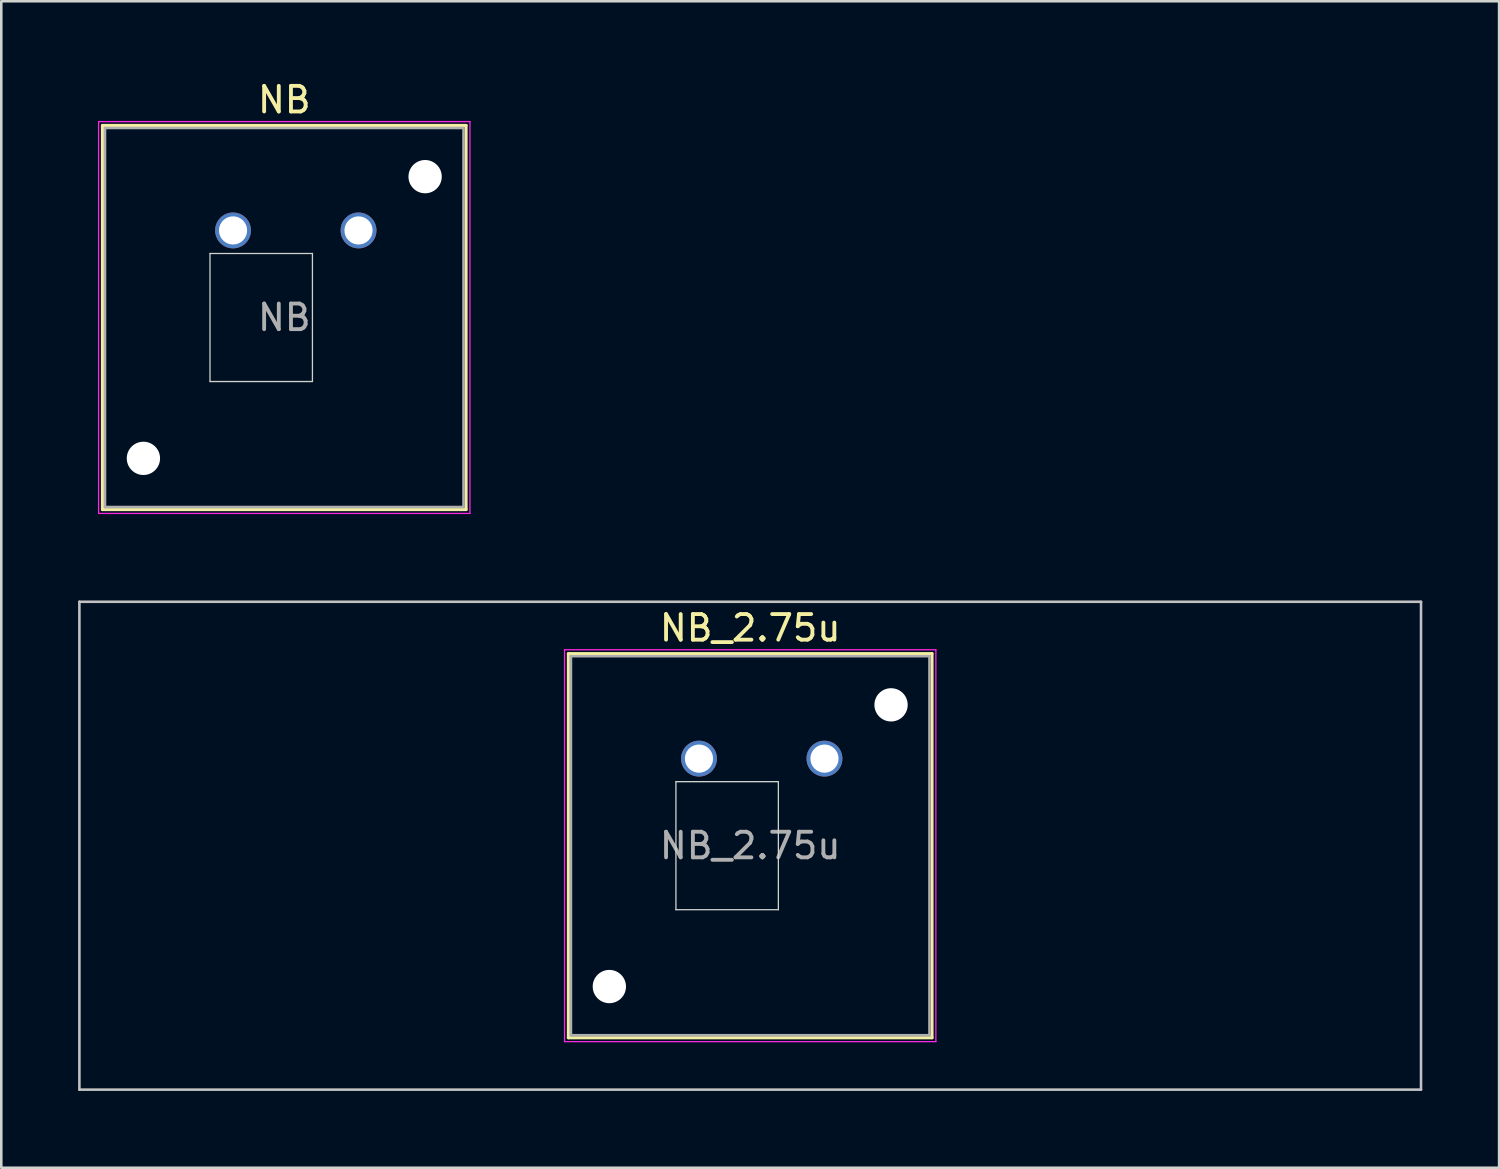
<source format=kicad_pcb>
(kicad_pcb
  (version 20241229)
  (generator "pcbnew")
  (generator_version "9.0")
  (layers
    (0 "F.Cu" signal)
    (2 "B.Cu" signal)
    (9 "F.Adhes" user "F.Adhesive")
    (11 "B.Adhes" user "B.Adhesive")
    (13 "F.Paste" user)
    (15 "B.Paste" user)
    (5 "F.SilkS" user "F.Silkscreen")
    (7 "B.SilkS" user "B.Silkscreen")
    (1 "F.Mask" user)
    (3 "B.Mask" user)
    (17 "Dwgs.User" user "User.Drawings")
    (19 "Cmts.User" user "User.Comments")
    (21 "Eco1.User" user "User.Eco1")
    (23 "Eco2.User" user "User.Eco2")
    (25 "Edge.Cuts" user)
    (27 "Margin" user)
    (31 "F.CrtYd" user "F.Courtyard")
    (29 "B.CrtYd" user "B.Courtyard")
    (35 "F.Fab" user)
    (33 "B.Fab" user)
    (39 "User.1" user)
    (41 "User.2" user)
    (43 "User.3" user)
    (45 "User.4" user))
  (footprint "NB"
    (layer "F.Cu")
    (at 8.05 9.348)
    (property "Reference" "NB" (at 0 -8.5 0) (layer "F.SilkS") (effects (font (size 1 1) (thickness 0.15))))
    (attr through_hole)
    (fp_line (start -7.1 -7.5) (end -7.1 7.5) (stroke (width 0.12) (type solid)) (layer "F.SilkS"))
    (fp_line (start -7.1 7.5) (end 7.1 7.5) (stroke (width 0.12) (type solid)) (layer "F.SilkS"))
    (fp_line (start 7.1 -7.5) (end -7.1 -7.5) (stroke (width 0.12) (type solid)) (layer "F.SilkS"))
    (fp_line (start 7.1 7.5) (end 7.1 -7.5) (stroke (width 0.12) (type solid)) (layer "F.SilkS"))
    (fp_line (start -8 -8) (end -8 8) (stroke (width 0.1) (type solid)) (layer "Eco1.User"))
    (fp_line (start -8 8) (end 8 8) (stroke (width 0.1) (type solid)) (layer "Eco1.User"))
    (fp_line (start 8 -8) (end -8 -8) (stroke (width 0.1) (type solid)) (layer "Eco1.User"))
    (fp_line (start 8 8) (end 8 -8) (stroke (width 0.1) (type solid)) (layer "Eco1.User"))
    (fp_line (start -2.9 -2.5) (end 1.1 -2.5) (stroke (width 0.05) (type solid)) (layer "Edge.Cuts"))
    (fp_line (start -2.9 2.5) (end -2.9 -2.5) (stroke (width 0.05) (type solid)) (layer "Edge.Cuts"))
    (fp_line (start 1.1 -2.5) (end 1.1 2.5) (stroke (width 0.05) (type solid)) (layer "Edge.Cuts"))
    (fp_line (start 1.1 2.5) (end -2.9 2.5) (stroke (width 0.05) (type solid)) (layer "Edge.Cuts"))
    (fp_line (start -7.25 -7.65) (end -7.25 7.65) (stroke (width 0.05) (type solid)) (layer "F.CrtYd"))
    (fp_line (start -7.25 7.65) (end 7.25 7.65) (stroke (width 0.05) (type solid)) (layer "F.CrtYd"))
    (fp_line (start 7.25 -7.65) (end -7.25 -7.65) (stroke (width 0.05) (type solid)) (layer "F.CrtYd"))
    (fp_line (start 7.25 7.65) (end 7.25 -7.65) (stroke (width 0.05) (type solid)) (layer "F.CrtYd"))
    (fp_line (start -7 -7.4) (end -7 7.4) (stroke (width 0.1) (type solid)) (layer "F.Fab"))
    (fp_line (start -7 7.4) (end 7 7.4) (stroke (width 0.1) (type solid)) (layer "F.Fab"))
    (fp_line (start 7 -7.4) (end -7 -7.4) (stroke (width 0.1) (type solid)) (layer "F.Fab"))
    (fp_line (start 7 7.4) (end 7 -7.4) (stroke (width 0.1) (type solid)) (layer "F.Fab"))
    (fp_text user "${REFERENCE}" (at 0 0 0) (layer "F.Fab") (effects (font (size 1 1) (thickness 0.15))))
    (pad "" np_thru_hole circle (at -5.5 5.5) (size 1.3 1.3) (drill 1.3) (layers "*.Cu" "*.Mask"))
    (pad "" np_thru_hole circle (at 5.5 -5.5) (size 1.3 1.3) (drill 1.3) (layers "*.Cu" "*.Mask"))
    (pad "1" thru_hole circle (at -2 -3.4) (size 1.4 1.4) (drill 1.1) (layers "*.Cu" "*.Mask"))
    (pad "2" thru_hole circle (at 2.9 -3.4) (size 1.4 1.4) (drill 1.1) (layers "*.Cu" "*.Mask")))
  (footprint "NB_2.75u"
    (layer "F.Cu")
    (at 26.244 29.973)
    (property "Reference" "NB_2.75u" (at 0 -8.5 0) (layer "F.SilkS") (effects (font (size 1 1) (thickness 0.15))))
    (attr through_hole)
    (fp_line (start -7.1 -7.5) (end -7.1 7.5) (stroke (width 0.12) (type solid)) (layer "F.SilkS"))
    (fp_line (start -7.1 7.5) (end 7.1 7.5) (stroke (width 0.12) (type solid)) (layer "F.SilkS"))
    (fp_line (start 7.1 -7.5) (end -7.1 -7.5) (stroke (width 0.12) (type solid)) (layer "F.SilkS"))
    (fp_line (start 7.1 7.5) (end 7.1 -7.5) (stroke (width 0.12) (type solid)) (layer "F.SilkS"))
    (fp_line (start -26.194 -9.525) (end -26.194 9.525) (stroke (width 0.1) (type solid)) (layer "Dwgs.User"))
    (fp_line (start -26.194 9.525) (end 26.194 9.525) (stroke (width 0.1) (type solid)) (layer "Dwgs.User"))
    (fp_line (start 26.194 -9.525) (end -26.194 -9.525) (stroke (width 0.1) (type solid)) (layer "Dwgs.User"))
    (fp_line (start 26.194 9.525) (end 26.194 -9.525) (stroke (width 0.1) (type solid)) (layer "Dwgs.User"))
    (fp_line (start -8 -8) (end -8 8) (stroke (width 0.1) (type solid)) (layer "Eco1.User"))
    (fp_line (start -8 8) (end 8 8) (stroke (width 0.1) (type solid)) (layer "Eco1.User"))
    (fp_line (start 8 -8) (end -8 -8) (stroke (width 0.1) (type solid)) (layer "Eco1.User"))
    (fp_line (start 8 8) (end 8 -8) (stroke (width 0.1) (type solid)) (layer "Eco1.User"))
    (fp_line (start -2.9 -2.5) (end 1.1 -2.5) (stroke (width 0.05) (type solid)) (layer "Edge.Cuts"))
    (fp_line (start -2.9 2.5) (end -2.9 -2.5) (stroke (width 0.05) (type solid)) (layer "Edge.Cuts"))
    (fp_line (start 1.1 -2.5) (end 1.1 2.5) (stroke (width 0.05) (type solid)) (layer "Edge.Cuts"))
    (fp_line (start 1.1 2.5) (end -2.9 2.5) (stroke (width 0.05) (type solid)) (layer "Edge.Cuts"))
    (fp_line (start -7.25 -7.65) (end -7.25 7.65) (stroke (width 0.05) (type solid)) (layer "F.CrtYd"))
    (fp_line (start -7.25 7.65) (end 7.25 7.65) (stroke (width 0.05) (type solid)) (layer "F.CrtYd"))
    (fp_line (start 7.25 -7.65) (end -7.25 -7.65) (stroke (width 0.05) (type solid)) (layer "F.CrtYd"))
    (fp_line (start 7.25 7.65) (end 7.25 -7.65) (stroke (width 0.05) (type solid)) (layer "F.CrtYd"))
    (fp_line (start -7 -7.4) (end -7 7.4) (stroke (width 0.1) (type solid)) (layer "F.Fab"))
    (fp_line (start -7 7.4) (end 7 7.4) (stroke (width 0.1) (type solid)) (layer "F.Fab"))
    (fp_line (start 7 -7.4) (end -7 -7.4) (stroke (width 0.1) (type solid)) (layer "F.Fab"))
    (fp_line (start 7 7.4) (end 7 -7.4) (stroke (width 0.1) (type solid)) (layer "F.Fab"))
    (fp_text user "${REFERENCE}" (at 0 0 0) (layer "F.Fab") (effects (font (size 1 1) (thickness 0.15))))
    (pad "" np_thru_hole circle (at -5.5 5.5) (size 1.3 1.3) (drill 1.3) (layers "*.Cu" "*.Mask"))
    (pad "" np_thru_hole circle (at 5.5 -5.5) (size 1.3 1.3) (drill 1.3) (layers "*.Cu" "*.Mask"))
    (pad "1" thru_hole circle (at -2 -3.4) (size 1.4 1.4) (drill 1.1) (layers "*.Cu" "*.Mask"))
    (pad "2" thru_hole circle (at 2.9 -3.4) (size 1.4 1.4) (drill 1.1) (layers "*.Cu" "*.Mask")))
  (gr_rect
    (start -3 -3)
    (end 55.487 42.548)
    (stroke (width 0.1) (type default))
    (fill no)
    (layer "Edge.Cuts")))
</source>
